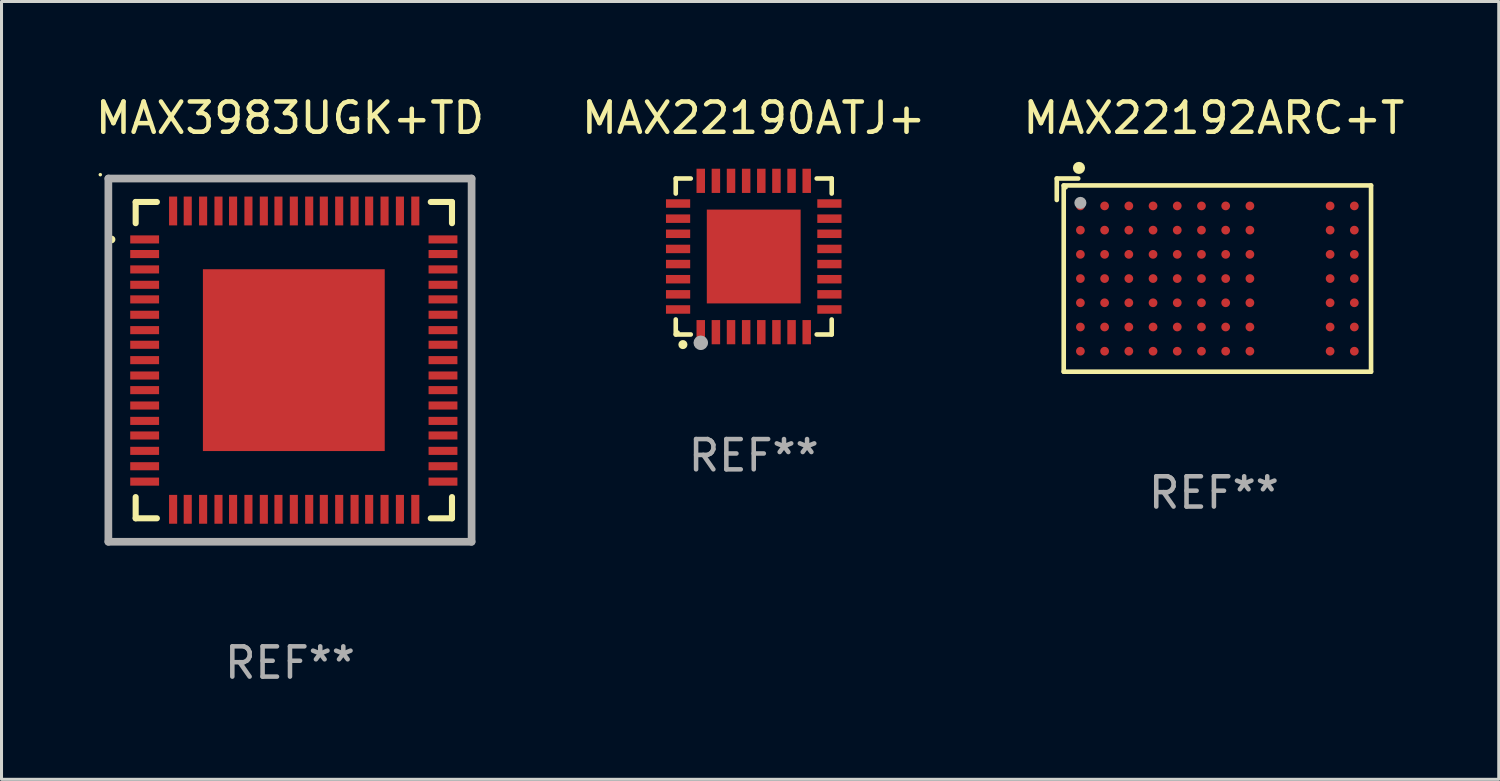
<source format=kicad_pcb>
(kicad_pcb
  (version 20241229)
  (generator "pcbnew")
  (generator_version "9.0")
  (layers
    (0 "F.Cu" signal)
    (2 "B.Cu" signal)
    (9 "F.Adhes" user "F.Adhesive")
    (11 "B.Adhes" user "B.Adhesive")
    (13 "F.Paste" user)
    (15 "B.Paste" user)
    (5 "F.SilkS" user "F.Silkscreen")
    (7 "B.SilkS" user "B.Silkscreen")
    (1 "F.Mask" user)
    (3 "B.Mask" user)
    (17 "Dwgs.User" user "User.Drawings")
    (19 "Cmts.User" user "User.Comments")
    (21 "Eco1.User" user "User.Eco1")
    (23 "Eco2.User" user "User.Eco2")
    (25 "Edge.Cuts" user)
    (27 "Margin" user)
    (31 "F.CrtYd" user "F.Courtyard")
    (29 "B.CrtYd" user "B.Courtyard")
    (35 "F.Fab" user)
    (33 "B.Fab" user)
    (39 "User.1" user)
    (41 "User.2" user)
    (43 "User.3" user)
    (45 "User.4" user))
  (footprint "MAX22190ATJ+"
    (layer "F.Cu")
    (at 21.851 5.424)
    (property "Reference" "MAX22190ATJ+" (at 0 -4.576 0) (layer "F.SilkS") (effects (font (size 1 1) (thickness 0.15))))
    (attr through_hole)
    (fp_line (start -2.576 -2.576) (end -2.08 -2.576) (stroke (width 0.152) (type solid)) (layer "F.SilkS"))
    (fp_line (start -2.576 -2.08) (end -2.576 -2.576) (stroke (width 0.152) (type solid)) (layer "F.SilkS"))
    (fp_line (start -2.576 2.08) (end -2.576 2.576) (stroke (width 0.152) (type solid)) (layer "F.SilkS"))
    (fp_line (start -2.576 2.576) (end -2.08 2.576) (stroke (width 0.152) (type solid)) (layer "F.SilkS"))
    (fp_line (start 2.576 -2.576) (end 2.08 -2.576) (stroke (width 0.152) (type solid)) (layer "F.SilkS"))
    (fp_line (start 2.576 -2.08) (end 2.576 -2.576) (stroke (width 0.152) (type solid)) (layer "F.SilkS"))
    (fp_line (start 2.576 2.08) (end 2.576 2.576) (stroke (width 0.152) (type solid)) (layer "F.SilkS"))
    (fp_line (start 2.576 2.576) (end 2.08 2.576) (stroke (width 0.152) (type solid)) (layer "F.SilkS"))
    (fp_circle (center -2.5 2.5) (end -2.47 2.5) (stroke (width 0.06) (type solid)) (fill no) (layer "F.SilkS"))
    (fp_circle (center -2.34 2.91) (end -2.265 2.91) (stroke (width 0.15) (type solid)) (fill no) (layer "F.SilkS"))
    (fp_circle (center -1.75 2.85) (end -1.63 2.85) (stroke (width 0.24) (type solid)) (fill no) (layer "F.Fab"))
    (fp_text user "REF**" (at 0 6.576 0) (layer "F.Fab") (effects (font (size 1 1) (thickness 0.15))))
    (pad "1" smd rect (at -1.75 2.5) (size 0.28 0.8) (layers "F.Cu" "F.Mask" "F.Paste"))
    (pad "2" smd rect (at -1.25 2.5) (size 0.28 0.8) (layers "F.Cu" "F.Mask" "F.Paste"))
    (pad "3" smd rect (at -0.75 2.5) (size 0.28 0.8) (layers "F.Cu" "F.Mask" "F.Paste"))
    (pad "4" smd rect (at -0.25 2.5) (size 0.28 0.8) (layers "F.Cu" "F.Mask" "F.Paste"))
    (pad "5" smd rect (at 0.25 2.5) (size 0.28 0.8) (layers "F.Cu" "F.Mask" "F.Paste"))
    (pad "6" smd rect (at 0.75 2.5) (size 0.28 0.8) (layers "F.Cu" "F.Mask" "F.Paste"))
    (pad "7" smd rect (at 1.25 2.5) (size 0.28 0.8) (layers "F.Cu" "F.Mask" "F.Paste"))
    (pad "8" smd rect (at 1.75 2.5) (size 0.28 0.8) (layers "F.Cu" "F.Mask" "F.Paste"))
    (pad "9" smd rect (at 2.5 1.75) (size 0.8 0.28) (layers "F.Cu" "F.Mask" "F.Paste"))
    (pad "10" smd rect (at 2.5 1.25) (size 0.8 0.28) (layers "F.Cu" "F.Mask" "F.Paste"))
    (pad "11" smd rect (at 2.5 0.75) (size 0.8 0.28) (layers "F.Cu" "F.Mask" "F.Paste"))
    (pad "12" smd rect (at 2.5 0.25) (size 0.8 0.28) (layers "F.Cu" "F.Mask" "F.Paste"))
    (pad "13" smd rect (at 2.5 -0.25) (size 0.8 0.28) (layers "F.Cu" "F.Mask" "F.Paste"))
    (pad "14" smd rect (at 2.5 -0.75) (size 0.8 0.28) (layers "F.Cu" "F.Mask" "F.Paste"))
    (pad "15" smd rect (at 2.5 -1.25) (size 0.8 0.28) (layers "F.Cu" "F.Mask" "F.Paste"))
    (pad "16" smd rect (at 2.5 -1.75) (size 0.8 0.28) (layers "F.Cu" "F.Mask" "F.Paste"))
    (pad "17" smd rect (at 1.75 -2.5) (size 0.28 0.8) (layers "F.Cu" "F.Mask" "F.Paste"))
    (pad "18" smd rect (at 1.25 -2.5) (size 0.28 0.8) (layers "F.Cu" "F.Mask" "F.Paste"))
    (pad "19" smd rect (at 0.75 -2.5) (size 0.28 0.8) (layers "F.Cu" "F.Mask" "F.Paste"))
    (pad "20" smd rect (at 0.25 -2.5) (size 0.28 0.8) (layers "F.Cu" "F.Mask" "F.Paste"))
    (pad "21" smd rect (at -0.25 -2.5) (size 0.28 0.8) (layers "F.Cu" "F.Mask" "F.Paste"))
    (pad "22" smd rect (at -0.75 -2.5) (size 0.28 0.8) (layers "F.Cu" "F.Mask" "F.Paste"))
    (pad "23" smd rect (at -1.25 -2.5) (size 0.28 0.8) (layers "F.Cu" "F.Mask" "F.Paste"))
    (pad "24" smd rect (at -1.75 -2.5) (size 0.28 0.8) (layers "F.Cu" "F.Mask" "F.Paste"))
    (pad "25" smd rect (at -2.5 -1.75) (size 0.8 0.28) (layers "F.Cu" "F.Mask" "F.Paste"))
    (pad "26" smd rect (at -2.5 -1.25) (size 0.8 0.28) (layers "F.Cu" "F.Mask" "F.Paste"))
    (pad "27" smd rect (at -2.5 -0.75) (size 0.8 0.28) (layers "F.Cu" "F.Mask" "F.Paste"))
    (pad "28" smd rect (at -2.5 -0.25) (size 0.8 0.28) (layers "F.Cu" "F.Mask" "F.Paste"))
    (pad "29" smd rect (at -2.5 0.25) (size 0.8 0.28) (layers "F.Cu" "F.Mask" "F.Paste"))
    (pad "30" smd rect (at -2.5 0.75) (size 0.8 0.28) (layers "F.Cu" "F.Mask" "F.Paste"))
    (pad "31" smd rect (at -2.5 1.25) (size 0.8 0.28) (layers "F.Cu" "F.Mask" "F.Paste"))
    (pad "32" smd rect (at -2.5 1.75) (size 0.8 0.28) (layers "F.Cu" "F.Mask" "F.Paste"))
    (pad "33" smd rect (at 0 0) (size 3.1 3.1) (layers "F.Cu" "F.Mask" "F.Paste")))
  (footprint "MAX22192ARC+T"
    (layer "F.Cu")
    (at 37.054 6.039)
    (property "Reference" "MAX22192ARC+T" (at 0 -5.191 0) (layer "F.SilkS") (effects (font (size 1 1) (thickness 0.15))))
    (attr through_hole)
    (fp_line (start -5.191 -3.191) (end -4.482 -3.191) (stroke (width 0.152) (type solid)) (layer "F.SilkS"))
    (fp_line (start -5.191 -2.482) (end -5.191 -3.191) (stroke (width 0.152) (type solid)) (layer "F.SilkS"))
    (fp_line (start -4.962 -2.962) (end -4.962 3.191) (stroke (width 0.152) (type solid)) (layer "F.SilkS"))
    (fp_line (start -4.962 3.191) (end 5.191 3.191) (stroke (width 0.152) (type solid)) (layer "F.SilkS"))
    (fp_line (start 5.191 -2.962) (end -4.962 -2.962) (stroke (width 0.152) (type solid)) (layer "F.SilkS"))
    (fp_line (start 5.191 3.191) (end 5.191 -2.962) (stroke (width 0.152) (type solid)) (layer "F.SilkS"))
    (fp_circle (center -4.886 -2.886) (end -4.856 -2.886) (stroke (width 0.06) (type solid)) (fill no) (layer "F.SilkS"))
    (fp_circle (center -4.458 -3.542) (end -4.358 -3.542) (stroke (width 0.2) (type solid)) (fill no) (layer "F.SilkS"))
    (fp_circle (center -4.411 -2.386) (end -4.311 -2.386) (stroke (width 0.2) (type solid)) (fill no) (layer "F.Fab"))
    (fp_text user "REF**" (at 0 7.191 0) (layer "F.Fab") (effects (font (size 1 1) (thickness 0.15))))
    (pad "A1" smd circle (at -4.411 -2.286) (size 0.288 0.288) (layers "F.Cu" "F.Mask" "F.Paste"))
    (pad "A2" smd circle (at -4.411 -1.486) (size 0.288 0.288) (layers "F.Cu" "F.Mask" "F.Paste"))
    (pad "A3" smd circle (at -4.411 -0.686) (size 0.288 0.288) (layers "F.Cu" "F.Mask" "F.Paste"))
    (pad "A4" smd circle (at -4.411 0.114) (size 0.288 0.288) (layers "F.Cu" "F.Mask" "F.Paste"))
    (pad "A5" smd circle (at -4.411 0.914) (size 0.288 0.288) (layers "F.Cu" "F.Mask" "F.Paste"))
    (pad "A6" smd circle (at -4.411 1.714) (size 0.288 0.288) (layers "F.Cu" "F.Mask" "F.Paste"))
    (pad "A7" smd circle (at -4.411 2.514) (size 0.288 0.288) (layers "F.Cu" "F.Mask" "F.Paste"))
    (pad "B1" smd circle (at -3.611 -2.286) (size 0.288 0.288) (layers "F.Cu" "F.Mask" "F.Paste"))
    (pad "B2" smd circle (at -3.611 -1.486) (size 0.288 0.288) (layers "F.Cu" "F.Mask" "F.Paste"))
    (pad "B3" smd circle (at -3.611 -0.686) (size 0.288 0.288) (layers "F.Cu" "F.Mask" "F.Paste"))
    (pad "B4" smd circle (at -3.611 0.114) (size 0.288 0.288) (layers "F.Cu" "F.Mask" "F.Paste"))
    (pad "B5" smd circle (at -3.611 0.914) (size 0.288 0.288) (layers "F.Cu" "F.Mask" "F.Paste"))
    (pad "B6" smd circle (at -3.611 1.714) (size 0.288 0.288) (layers "F.Cu" "F.Mask" "F.Paste"))
    (pad "B7" smd circle (at -3.611 2.514) (size 0.288 0.288) (layers "F.Cu" "F.Mask" "F.Paste"))
    (pad "C1" smd circle (at -2.811 -2.286) (size 0.288 0.288) (layers "F.Cu" "F.Mask" "F.Paste"))
    (pad "C2" smd circle (at -2.811 -1.486) (size 0.288 0.288) (layers "F.Cu" "F.Mask" "F.Paste"))
    (pad "C3" smd circle (at -2.811 -0.686) (size 0.288 0.288) (layers "F.Cu" "F.Mask" "F.Paste"))
    (pad "C4" smd circle (at -2.811 0.114) (size 0.288 0.288) (layers "F.Cu" "F.Mask" "F.Paste"))
    (pad "C5" smd circle (at -2.811 0.914) (size 0.288 0.288) (layers "F.Cu" "F.Mask" "F.Paste"))
    (pad "C6" smd circle (at -2.811 1.714) (size 0.288 0.288) (layers "F.Cu" "F.Mask" "F.Paste"))
    (pad "C7" smd circle (at -2.811 2.514) (size 0.288 0.288) (layers "F.Cu" "F.Mask" "F.Paste"))
    (pad "D1" smd circle (at -2.011 -2.286) (size 0.288 0.288) (layers "F.Cu" "F.Mask" "F.Paste"))
    (pad "D2" smd circle (at -2.011 -1.486) (size 0.288 0.288) (layers "F.Cu" "F.Mask" "F.Paste"))
    (pad "D3" smd circle (at -2.011 -0.686) (size 0.288 0.288) (layers "F.Cu" "F.Mask" "F.Paste"))
    (pad "D4" smd circle (at -2.011 0.114) (size 0.288 0.288) (layers "F.Cu" "F.Mask" "F.Paste"))
    (pad "D5" smd circle (at -2.011 0.914) (size 0.288 0.288) (layers "F.Cu" "F.Mask" "F.Paste"))
    (pad "D6" smd circle (at -2.011 1.714) (size 0.288 0.288) (layers "F.Cu" "F.Mask" "F.Paste"))
    (pad "D7" smd circle (at -2.011 2.514) (size 0.288 0.288) (layers "F.Cu" "F.Mask" "F.Paste"))
    (pad "E1" smd circle (at -1.211 -2.286) (size 0.288 0.288) (layers "F.Cu" "F.Mask" "F.Paste"))
    (pad "E2" smd circle (at -1.211 -1.486) (size 0.288 0.288) (layers "F.Cu" "F.Mask" "F.Paste"))
    (pad "E3" smd circle (at -1.211 -0.686) (size 0.288 0.288) (layers "F.Cu" "F.Mask" "F.Paste"))
    (pad "E4" smd circle (at -1.211 0.114) (size 0.288 0.288) (layers "F.Cu" "F.Mask" "F.Paste"))
    (pad "E5" smd circle (at -1.211 0.914) (size 0.288 0.288) (layers "F.Cu" "F.Mask" "F.Paste"))
    (pad "E6" smd circle (at -1.211 1.714) (size 0.288 0.288) (layers "F.Cu" "F.Mask" "F.Paste"))
    (pad "E7" smd circle (at -1.211 2.514) (size 0.288 0.288) (layers "F.Cu" "F.Mask" "F.Paste"))
    (pad "F1" smd circle (at -0.411 -2.286) (size 0.288 0.288) (layers "F.Cu" "F.Mask" "F.Paste"))
    (pad "F2" smd circle (at -0.411 -1.486) (size 0.288 0.288) (layers "F.Cu" "F.Mask" "F.Paste"))
    (pad "F3" smd circle (at -0.411 -0.686) (size 0.288 0.288) (layers "F.Cu" "F.Mask" "F.Paste"))
    (pad "F4" smd circle (at -0.411 0.114) (size 0.288 0.288) (layers "F.Cu" "F.Mask" "F.Paste"))
    (pad "F5" smd circle (at -0.411 0.914) (size 0.288 0.288) (layers "F.Cu" "F.Mask" "F.Paste"))
    (pad "F6" smd circle (at -0.411 1.714) (size 0.288 0.288) (layers "F.Cu" "F.Mask" "F.Paste"))
    (pad "F7" smd circle (at -0.411 2.514) (size 0.288 0.288) (layers "F.Cu" "F.Mask" "F.Paste"))
    (pad "G1" smd circle (at 0.389 -2.286) (size 0.288 0.288) (layers "F.Cu" "F.Mask" "F.Paste"))
    (pad "G2" smd circle (at 0.389 -1.486) (size 0.288 0.288) (layers "F.Cu" "F.Mask" "F.Paste"))
    (pad "G3" smd circle (at 0.389 -0.686) (size 0.288 0.288) (layers "F.Cu" "F.Mask" "F.Paste"))
    (pad "G4" smd circle (at 0.389 0.114) (size 0.288 0.288) (layers "F.Cu" "F.Mask" "F.Paste"))
    (pad "G5" smd circle (at 0.389 0.914) (size 0.288 0.288) (layers "F.Cu" "F.Mask" "F.Paste"))
    (pad "G6" smd circle (at 0.389 1.714) (size 0.288 0.288) (layers "F.Cu" "F.Mask" "F.Paste"))
    (pad "G7" smd circle (at 0.389 2.514) (size 0.288 0.288) (layers "F.Cu" "F.Mask" "F.Paste"))
    (pad "H1" smd circle (at 1.189 -2.286) (size 0.288 0.288) (layers "F.Cu" "F.Mask" "F.Paste"))
    (pad "H2" smd circle (at 1.189 -1.486) (size 0.288 0.288) (layers "F.Cu" "F.Mask" "F.Paste"))
    (pad "H3" smd circle (at 1.189 -0.686) (size 0.288 0.288) (layers "F.Cu" "F.Mask" "F.Paste"))
    (pad "H4" smd circle (at 1.189 0.114) (size 0.288 0.288) (layers "F.Cu" "F.Mask" "F.Paste"))
    (pad "H5" smd circle (at 1.189 0.914) (size 0.288 0.288) (layers "F.Cu" "F.Mask" "F.Paste"))
    (pad "H6" smd circle (at 1.189 1.714) (size 0.288 0.288) (layers "F.Cu" "F.Mask" "F.Paste"))
    (pad "H7" smd circle (at 1.189 2.514) (size 0.288 0.288) (layers "F.Cu" "F.Mask" "F.Paste"))
    (pad "J1" smd circle (at 3.839 -2.286) (size 0.288 0.288) (layers "F.Cu" "F.Mask" "F.Paste"))
    (pad "J2" smd circle (at 3.839 -1.486) (size 0.288 0.288) (layers "F.Cu" "F.Mask" "F.Paste"))
    (pad "J3" smd circle (at 3.839 -0.686) (size 0.288 0.288) (layers "F.Cu" "F.Mask" "F.Paste"))
    (pad "J4" smd circle (at 3.839 0.114) (size 0.288 0.288) (layers "F.Cu" "F.Mask" "F.Paste"))
    (pad "J5" smd circle (at 3.839 0.914) (size 0.288 0.288) (layers "F.Cu" "F.Mask" "F.Paste"))
    (pad "J6" smd circle (at 3.839 1.714) (size 0.288 0.288) (layers "F.Cu" "F.Mask" "F.Paste"))
    (pad "J7" smd circle (at 3.839 2.514) (size 0.288 0.288) (layers "F.Cu" "F.Mask" "F.Paste"))
    (pad "K1" smd circle (at 4.639 -2.286) (size 0.288 0.288) (layers "F.Cu" "F.Mask" "F.Paste"))
    (pad "K2" smd circle (at 4.639 -1.486) (size 0.288 0.288) (layers "F.Cu" "F.Mask" "F.Paste"))
    (pad "K3" smd circle (at 4.639 -0.686) (size 0.288 0.288) (layers "F.Cu" "F.Mask" "F.Paste"))
    (pad "K4" smd circle (at 4.639 0.114) (size 0.288 0.288) (layers "F.Cu" "F.Mask" "F.Paste"))
    (pad "K5" smd circle (at 4.639 0.914) (size 0.288 0.288) (layers "F.Cu" "F.Mask" "F.Paste"))
    (pad "K6" smd circle (at 4.639 1.714) (size 0.288 0.288) (layers "F.Cu" "F.Mask" "F.Paste"))
    (pad "K7" smd circle (at 4.639 2.514) (size 0.288 0.288) (layers "F.Cu" "F.Mask" "F.Paste")))
  (footprint "MAX3983UGK+TD"
    (layer "F.Cu")
    (at 6.53 8.848)
    (property "Reference" "MAX3983UGK+TD" (at 0 -8 0) (layer "F.SilkS") (effects (font (size 1 1) (thickness 0.15))))
    (attr through_hole)
    (fp_line (start -5.098 -5.225) (end -4.397 -5.225) (stroke (width 0.201) (type solid)) (layer "F.SilkS"))
    (fp_line (start -5.098 -4.524) (end -5.098 -5.225) (stroke (width 0.201) (type solid)) (layer "F.SilkS"))
    (fp_line (start -5.098 5.225) (end -5.098 4.524) (stroke (width 0.201) (type solid)) (layer "F.SilkS"))
    (fp_line (start -4.397 5.225) (end -5.098 5.225) (stroke (width 0.201) (type solid)) (layer "F.SilkS"))
    (fp_line (start 4.651 -5.225) (end 5.352 -5.225) (stroke (width 0.201) (type solid)) (layer "F.SilkS"))
    (fp_line (start 4.651 5.225) (end 5.352 5.225) (stroke (width 0.201) (type solid)) (layer "F.SilkS"))
    (fp_line (start 5.352 -5.225) (end 5.352 -4.524) (stroke (width 0.201) (type solid)) (layer "F.SilkS"))
    (fp_line (start 5.352 5.225) (end 5.352 4.524) (stroke (width 0.201) (type solid)) (layer "F.SilkS"))
    (fp_arc (start -5.892812 -3.985268) (mid -5.892818 -3.986538) (end -5.892812 -3.987808) (stroke (width 0.24892) (type solid)) (layer "F.SilkS"))
    (fp_circle (center -6.266 -6.127) (end -6.236 -6.127) (stroke (width 0.06) (type solid)) (fill no) (layer "F.SilkS"))
    (fp_line (start -6 -6) (end 6 -6) (stroke (width 0.254) (type solid)) (layer "F.Fab"))
    (fp_line (start -6 6) (end -6 -6) (stroke (width 0.254) (type solid)) (layer "F.Fab"))
    (fp_line (start 6 -6) (end 6 6) (stroke (width 0.254) (type solid)) (layer "F.Fab"))
    (fp_line (start 6 6) (end -6 6) (stroke (width 0.254) (type solid)) (layer "F.Fab"))
    (fp_text user "REF**" (at 0 10 0) (layer "F.Fab") (effects (font (size 1 1) (thickness 0.15))))
    (pad "1" smd rect (at -4.801 -3.988 90) (size 0.267 0.953) (layers "F.Cu" "F.Mask" "F.Paste"))
    (pad "2" smd rect (at -4.801 -3.505 90) (size 0.267 0.953) (layers "F.Cu" "F.Mask" "F.Paste"))
    (pad "3" smd rect (at -4.801 -2.997 90) (size 0.267 0.953) (layers "F.Cu" "F.Mask" "F.Paste"))
    (pad "4" smd rect (at -4.801 -2.489 90) (size 0.267 0.953) (layers "F.Cu" "F.Mask" "F.Paste"))
    (pad "5" smd rect (at -4.801 -2.007 90) (size 0.267 0.953) (layers "F.Cu" "F.Mask" "F.Paste"))
    (pad "6" smd rect (at -4.801 -1.499 90) (size 0.267 0.953) (layers "F.Cu" "F.Mask" "F.Paste"))
    (pad "7" smd rect (at -4.801 -0.991 90) (size 0.267 0.953) (layers "F.Cu" "F.Mask" "F.Paste"))
    (pad "8" smd rect (at -4.801 -0.508 90) (size 0.267 0.953) (layers "F.Cu" "F.Mask" "F.Paste"))
    (pad "9" smd rect (at -4.801 0 90) (size 0.267 0.953) (layers "F.Cu" "F.Mask" "F.Paste"))
    (pad "10" smd rect (at -4.801 0.508 90) (size 0.267 0.953) (layers "F.Cu" "F.Mask" "F.Paste"))
    (pad "11" smd rect (at -4.801 0.991 90) (size 0.267 0.953) (layers "F.Cu" "F.Mask" "F.Paste"))
    (pad "12" smd rect (at -4.801 1.499 90) (size 0.267 0.953) (layers "F.Cu" "F.Mask" "F.Paste"))
    (pad "13" smd rect (at -4.801 2.007 90) (size 0.267 0.953) (layers "F.Cu" "F.Mask" "F.Paste"))
    (pad "14" smd rect (at -4.801 2.489 90) (size 0.267 0.953) (layers "F.Cu" "F.Mask" "F.Paste"))
    (pad "15" smd rect (at -4.801 2.997 90) (size 0.267 0.953) (layers "F.Cu" "F.Mask" "F.Paste"))
    (pad "16" smd rect (at -4.801 3.505 90) (size 0.267 0.953) (layers "F.Cu" "F.Mask" "F.Paste"))
    (pad "17" smd rect (at -4.801 4.013 90) (size 0.267 0.953) (layers "F.Cu" "F.Mask" "F.Paste"))
    (pad "18" smd rect (at -3.861 4.928) (size 0.267 0.953) (layers "F.Cu" "F.Mask" "F.Paste"))
    (pad "19" smd rect (at -3.378 4.928) (size 0.267 0.953) (layers "F.Cu" "F.Mask" "F.Paste"))
    (pad "20" smd rect (at -2.87 4.928) (size 0.267 0.953) (layers "F.Cu" "F.Mask" "F.Paste"))
    (pad "21" smd rect (at -2.362 4.928) (size 0.267 0.953) (layers "F.Cu" "F.Mask" "F.Paste"))
    (pad "22" smd rect (at -1.88 4.928) (size 0.267 0.953) (layers "F.Cu" "F.Mask" "F.Paste"))
    (pad "23" smd rect (at -1.372 4.928) (size 0.267 0.953) (layers "F.Cu" "F.Mask" "F.Paste"))
    (pad "24" smd rect (at -0.864 4.928) (size 0.267 0.953) (layers "F.Cu" "F.Mask" "F.Paste"))
    (pad "25" smd rect (at -0.381 4.928) (size 0.267 0.953) (layers "F.Cu" "F.Mask" "F.Paste"))
    (pad "26" smd rect (at 0.127 4.928) (size 0.267 0.953) (layers "F.Cu" "F.Mask" "F.Paste"))
    (pad "27" smd rect (at 0.635 4.928) (size 0.267 0.953) (layers "F.Cu" "F.Mask" "F.Paste"))
    (pad "28" smd rect (at 1.118 4.928) (size 0.267 0.953) (layers "F.Cu" "F.Mask" "F.Paste"))
    (pad "29" smd rect (at 1.626 4.928) (size 0.267 0.953) (layers "F.Cu" "F.Mask" "F.Paste"))
    (pad "30" smd rect (at 2.134 4.928) (size 0.267 0.953) (layers "F.Cu" "F.Mask" "F.Paste"))
    (pad "31" smd rect (at 2.616 4.928) (size 0.267 0.953) (layers "F.Cu" "F.Mask" "F.Paste"))
    (pad "32" smd rect (at 3.124 4.928) (size 0.267 0.953) (layers "F.Cu" "F.Mask" "F.Paste"))
    (pad "33" smd rect (at 3.632 4.928) (size 0.267 0.953) (layers "F.Cu" "F.Mask" "F.Paste"))
    (pad "34" smd rect (at 4.14 4.928) (size 0.267 0.953) (layers "F.Cu" "F.Mask" "F.Paste"))
    (pad "35" smd rect (at 5.055 4.013 90) (size 0.267 0.953) (layers "F.Cu" "F.Mask" "F.Paste"))
    (pad "36" smd rect (at 5.055 3.505 90) (size 0.267 0.953) (layers "F.Cu" "F.Mask" "F.Paste"))
    (pad "37" smd rect (at 5.055 2.997 90) (size 0.267 0.953) (layers "F.Cu" "F.Mask" "F.Paste"))
    (pad "38" smd rect (at 5.055 2.489 90) (size 0.267 0.953) (layers "F.Cu" "F.Mask" "F.Paste"))
    (pad "39" smd rect (at 5.055 2.007 90) (size 0.267 0.953) (layers "F.Cu" "F.Mask" "F.Paste"))
    (pad "40" smd rect (at 5.055 1.499 90) (size 0.267 0.953) (layers "F.Cu" "F.Mask" "F.Paste"))
    (pad "41" smd rect (at 5.055 0.991 90) (size 0.267 0.953) (layers "F.Cu" "F.Mask" "F.Paste"))
    (pad "42" smd rect (at 5.055 0.508 90) (size 0.267 0.953) (layers "F.Cu" "F.Mask" "F.Paste"))
    (pad "43" smd rect (at 5.055 0 90) (size 0.267 0.953) (layers "F.Cu" "F.Mask" "F.Paste"))
    (pad "44" smd rect (at 5.055 -0.508 90) (size 0.267 0.953) (layers "F.Cu" "F.Mask" "F.Paste"))
    (pad "45" smd rect (at 5.055 -0.991 90) (size 0.267 0.953) (layers "F.Cu" "F.Mask" "F.Paste"))
    (pad "46" smd rect (at 5.055 -1.499 90) (size 0.267 0.953) (layers "F.Cu" "F.Mask" "F.Paste"))
    (pad "47" smd rect (at 5.055 -2.007 90) (size 0.267 0.953) (layers "F.Cu" "F.Mask" "F.Paste"))
    (pad "48" smd rect (at 5.055 -2.489 90) (size 0.267 0.953) (layers "F.Cu" "F.Mask" "F.Paste"))
    (pad "49" smd rect (at 5.055 -2.997 90) (size 0.267 0.953) (layers "F.Cu" "F.Mask" "F.Paste"))
    (pad "50" smd rect (at 5.055 -3.505 90) (size 0.267 0.953) (layers "F.Cu" "F.Mask" "F.Paste"))
    (pad "51" smd rect (at 5.055 -3.988 90) (size 0.267 0.953) (layers "F.Cu" "F.Mask" "F.Paste"))
    (pad "52" smd rect (at 4.14 -4.928) (size 0.267 0.953) (layers "F.Cu" "F.Mask" "F.Paste"))
    (pad "53" smd rect (at 3.632 -4.928) (size 0.267 0.953) (layers "F.Cu" "F.Mask" "F.Paste"))
    (pad "54" smd rect (at 3.124 -4.928) (size 0.267 0.953) (layers "F.Cu" "F.Mask" "F.Paste"))
    (pad "55" smd rect (at 2.616 -4.928) (size 0.267 0.953) (layers "F.Cu" "F.Mask" "F.Paste"))
    (pad "56" smd rect (at 2.134 -4.928) (size 0.267 0.953) (layers "F.Cu" "F.Mask" "F.Paste"))
    (pad "57" smd rect (at 1.626 -4.928) (size 0.267 0.953) (layers "F.Cu" "F.Mask" "F.Paste"))
    (pad "58" smd rect (at 1.118 -4.928) (size 0.267 0.953) (layers "F.Cu" "F.Mask" "F.Paste"))
    (pad "59" smd rect (at 0.635 -4.928) (size 0.267 0.953) (layers "F.Cu" "F.Mask" "F.Paste"))
    (pad "60" smd rect (at 0.127 -4.928) (size 0.267 0.953) (layers "F.Cu" "F.Mask" "F.Paste"))
    (pad "61" smd rect (at -0.381 -4.928) (size 0.267 0.953) (layers "F.Cu" "F.Mask" "F.Paste"))
    (pad "62" smd rect (at -0.864 -4.928) (size 0.267 0.953) (layers "F.Cu" "F.Mask" "F.Paste"))
    (pad "63" smd rect (at -1.372 -4.928) (size 0.267 0.953) (layers "F.Cu" "F.Mask" "F.Paste"))
    (pad "64" smd rect (at -1.88 -4.928) (size 0.267 0.953) (layers "F.Cu" "F.Mask" "F.Paste"))
    (pad "65" smd rect (at -2.362 -4.928) (size 0.267 0.953) (layers "F.Cu" "F.Mask" "F.Paste"))
    (pad "66" smd rect (at -2.87 -4.928) (size 0.267 0.953) (layers "F.Cu" "F.Mask" "F.Paste"))
    (pad "67" smd rect (at -3.378 -4.928) (size 0.267 0.953) (layers "F.Cu" "F.Mask" "F.Paste"))
    (pad "68" smd rect (at -3.861 -4.928) (size 0.267 0.953) (layers "F.Cu" "F.Mask" "F.Paste"))
    (pad "69" smd rect (at 0.127 0) (size 6.007 6.007) (layers "F.Cu" "F.Mask" "F.Paste")))
  (gr_rect
    (start -3 -3)
    (end 46.464 22.697)
    (stroke (width 0.1) (type default))
    (fill no)
    (layer "Edge.Cuts")))
</source>
